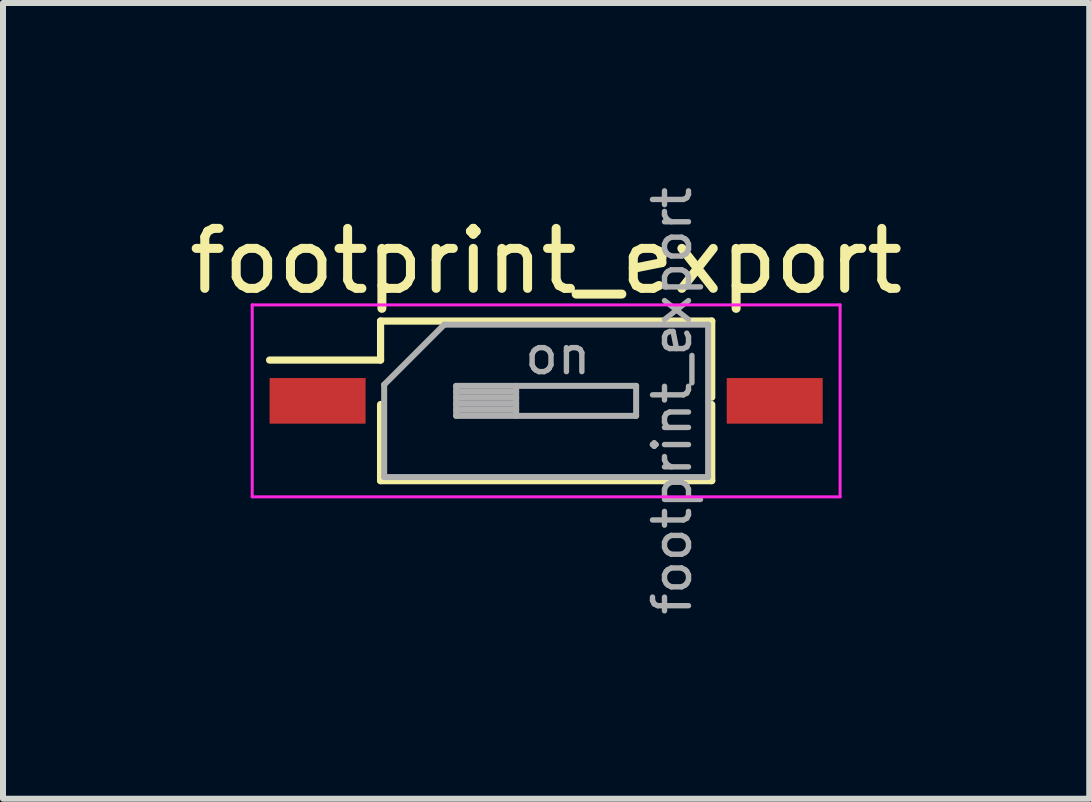
<source format=kicad_pcb>
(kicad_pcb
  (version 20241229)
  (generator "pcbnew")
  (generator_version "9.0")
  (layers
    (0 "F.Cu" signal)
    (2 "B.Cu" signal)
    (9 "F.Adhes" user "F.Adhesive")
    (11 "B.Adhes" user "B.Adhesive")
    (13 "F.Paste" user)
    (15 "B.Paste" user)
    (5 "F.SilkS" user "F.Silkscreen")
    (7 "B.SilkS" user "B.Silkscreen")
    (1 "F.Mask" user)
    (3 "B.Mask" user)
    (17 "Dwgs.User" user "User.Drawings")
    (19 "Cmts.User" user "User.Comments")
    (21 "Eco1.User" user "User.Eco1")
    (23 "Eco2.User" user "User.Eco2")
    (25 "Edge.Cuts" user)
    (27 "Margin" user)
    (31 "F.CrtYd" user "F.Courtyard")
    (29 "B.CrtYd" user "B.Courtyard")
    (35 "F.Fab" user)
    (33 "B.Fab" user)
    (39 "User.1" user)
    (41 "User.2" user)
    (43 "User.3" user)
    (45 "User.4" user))
  (footprint "footprint_export"
    (layer "F.Cu")
    (at 6.054 3.632)
    (property "Reference" "footprint_export" (at 0 -2.33 0) (layer "F.SilkS") (effects (font (size 1 1) (thickness 0.15))))
    (attr smd)
    (fp_line (start -4.61 -0.68) (end -2.76 -0.68) (stroke (width 0.12) (type solid)) (layer "F.SilkS"))
    (fp_line (start -2.76 -1.33) (end -2.76 -0.68) (stroke (width 0.12) (type solid)) (layer "F.SilkS"))
    (fp_line (start -2.76 -1.33) (end 2.76 -1.33) (stroke (width 0.12) (type solid)) (layer "F.SilkS"))
    (fp_line (start -2.76 0.061) (end -2.76 1.33) (stroke (width 0.12) (type solid)) (layer "F.SilkS"))
    (fp_line (start -2.76 1.33) (end 2.76 1.33) (stroke (width 0.12) (type solid)) (layer "F.SilkS"))
    (fp_line (start 2.76 -1.33) (end 2.76 -0.061) (stroke (width 0.12) (type solid)) (layer "F.SilkS"))
    (fp_line (start 2.76 0.061) (end 2.76 1.33) (stroke (width 0.12) (type solid)) (layer "F.SilkS"))
    (fp_line (start -4.9 -1.6) (end -4.9 1.6) (stroke (width 0.05) (type solid)) (layer "F.CrtYd"))
    (fp_line (start -4.9 1.6) (end 4.9 1.6) (stroke (width 0.05) (type solid)) (layer "F.CrtYd"))
    (fp_line (start 4.9 -1.6) (end -4.9 -1.6) (stroke (width 0.05) (type solid)) (layer "F.CrtYd"))
    (fp_line (start 4.9 1.6) (end 4.9 -1.6) (stroke (width 0.05) (type solid)) (layer "F.CrtYd"))
    (fp_line (start -2.7 -0.27) (end -1.7 -1.27) (stroke (width 0.1) (type solid)) (layer "F.Fab"))
    (fp_line (start -2.7 1.27) (end -2.7 -0.27) (stroke (width 0.1) (type solid)) (layer "F.Fab"))
    (fp_line (start -1.7 -1.27) (end 2.7 -1.27) (stroke (width 0.1) (type solid)) (layer "F.Fab"))
    (fp_line (start -1.5 -0.25) (end -1.5 0.25) (stroke (width 0.1) (type solid)) (layer "F.Fab"))
    (fp_line (start -1.5 -0.15) (end -0.5 -0.15) (stroke (width 0.1) (type solid)) (layer "F.Fab"))
    (fp_line (start -1.5 -0.05) (end -0.5 -0.05) (stroke (width 0.1) (type solid)) (layer "F.Fab"))
    (fp_line (start -1.5 0.05) (end -0.5 0.05) (stroke (width 0.1) (type solid)) (layer "F.Fab"))
    (fp_line (start -1.5 0.15) (end -0.5 0.15) (stroke (width 0.1) (type solid)) (layer "F.Fab"))
    (fp_line (start -1.5 0.25) (end 1.5 0.25) (stroke (width 0.1) (type solid)) (layer "F.Fab"))
    (fp_line (start -0.5 -0.25) (end -0.5 0.25) (stroke (width 0.1) (type solid)) (layer "F.Fab"))
    (fp_line (start 1.5 -0.25) (end -1.5 -0.25) (stroke (width 0.1) (type solid)) (layer "F.Fab"))
    (fp_line (start 1.5 0.25) (end 1.5 -0.25) (stroke (width 0.1) (type solid)) (layer "F.Fab"))
    (fp_line (start 2.7 -1.27) (end 2.7 1.27) (stroke (width 0.1) (type solid)) (layer "F.Fab"))
    (fp_line (start 2.7 1.27) (end -2.7 1.27) (stroke (width 0.1) (type solid)) (layer "F.Fab"))
    (fp_text user "${REFERENCE}" (at 2.1 0 90) (layer "F.Fab") (effects (font (size 0.6 0.6) (thickness 0.09))))
    (fp_text user "on" (at 0.195 -0.76 0) (layer "F.Fab") (effects (font (size 0.6 0.6) (thickness 0.09))))
    (pad "1" smd rect (at -3.81 0) (size 1.6 0.76) (layers "F.Cu" "F.Mask" "F.Paste"))
    (pad "2" smd rect (at 3.81 0) (size 1.6 0.76) (layers "F.Cu" "F.Mask" "F.Paste")))
  (gr_rect
    (start -3 -3)
    (end 15.107 10.264)
    (stroke (width 0.1) (type default))
    (fill no)
    (layer "Edge.Cuts")))
</source>
